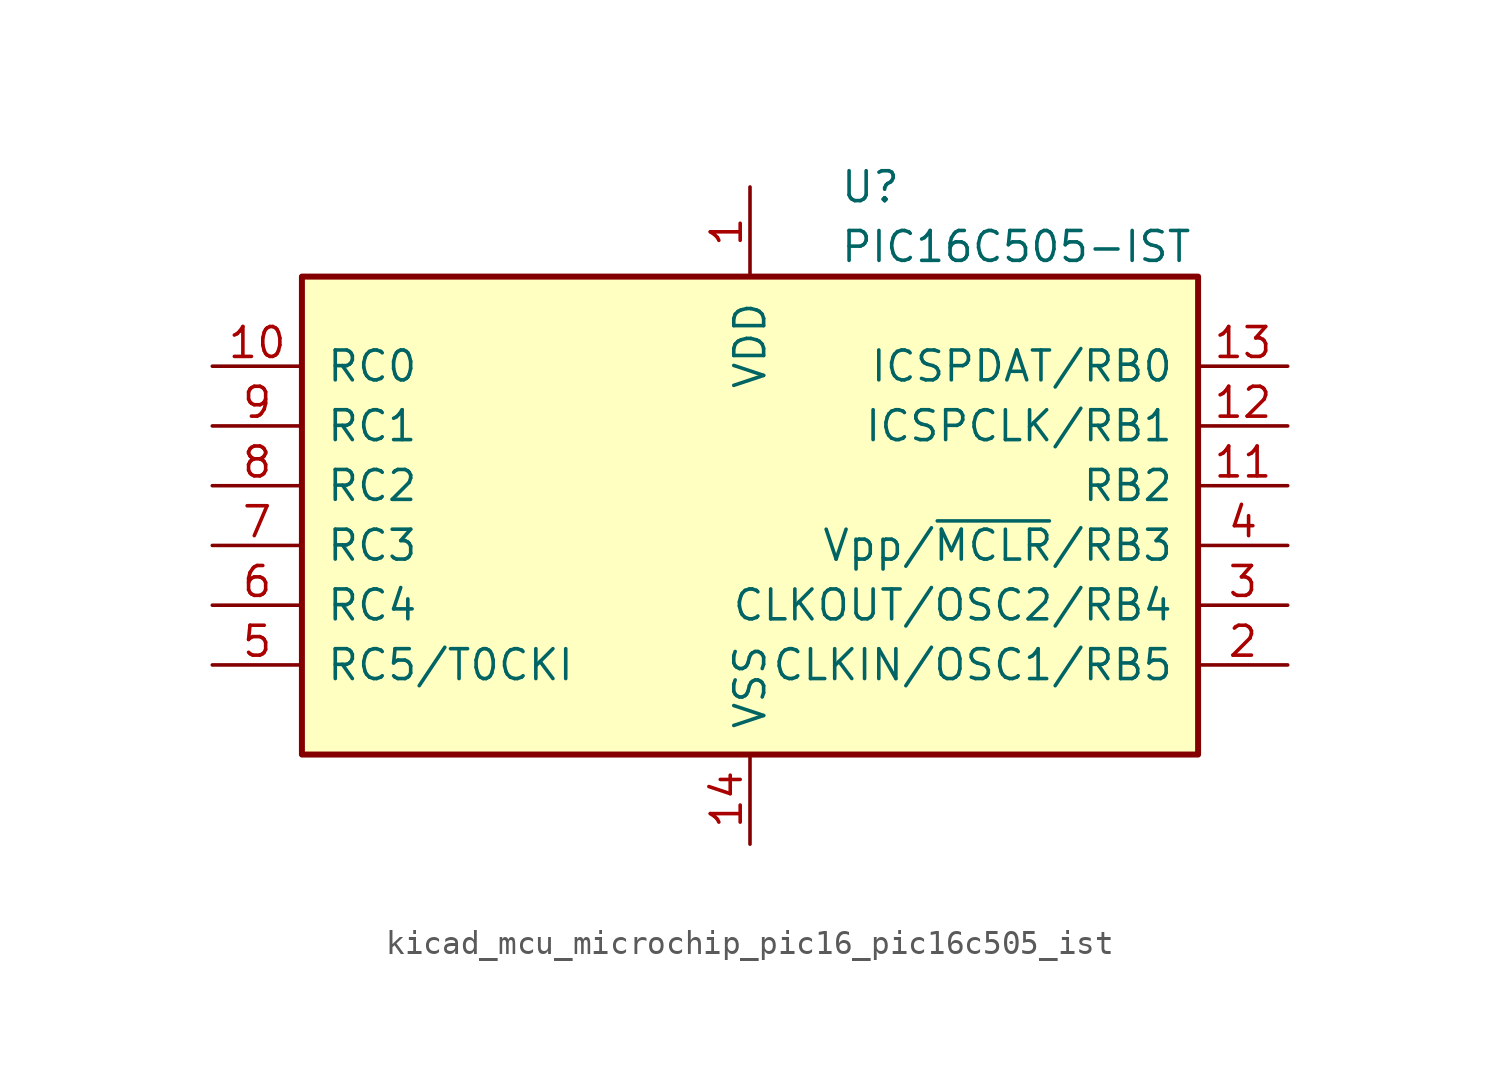
<source format=kicad_sym>
(kicad_symbol_lib
  (version 20220914)
  (generator kicad_symbol_editor)
  (symbol "kicad_mcu_microchip_pic16_pic16c505_ist"
    (pin_names
      (offset 1.016))
    (property "Reference" "U"
      (at 3.81 12.7 0)
      (effects (font (size 1.27 1.27)) (justify left)))
    (property "Value" "PIC16C505-IST"
      (at 3.81 10.16 0)
      (effects (font (size 1.27 1.27)) (justify left)))
    (symbol "kicad_mcu_microchip_pic16_pic16c505_ist_0_1"
      (rectangle (start -19.05 8.89) (end 19.05 -11.43) (stroke (width 0.254) (type default)) (fill (type background))))
    (symbol "kicad_mcu_microchip_pic16_pic16c505_ist_1_1"
      (pin power_in line (at 0 12.7 270) (length 3.81) (name "VDD" (effects (font (size 1.27 1.27)))) (number "1" (effects (font (size 1.27 1.27)))))
      (pin bidirectional line (at -22.86 5.08 0) (length 3.81) (name "RC0" (effects (font (size 1.27 1.27)))) (number "10" (effects (font (size 1.27 1.27)))))
      (pin bidirectional line (at 22.86 0 180) (length 3.81) (name "RB2" (effects (font (size 1.27 1.27)))) (number "11" (effects (font (size 1.27 1.27)))))
      (pin bidirectional line (at 22.86 2.54 180) (length 3.81) (name "ICSPCLK/RB1" (effects (font (size 1.27 1.27)))) (number "12" (effects (font (size 1.27 1.27)))))
      (pin bidirectional line (at 22.86 5.08 180) (length 3.81) (name "ICSPDAT/RB0" (effects (font (size 1.27 1.27)))) (number "13" (effects (font (size 1.27 1.27)))))
      (pin power_in line (at 0 -15.24 90) (length 3.81) (name "VSS" (effects (font (size 1.27 1.27)))) (number "14" (effects (font (size 1.27 1.27)))))
      (pin bidirectional line (at 22.86 -7.62 180) (length 3.81) (name "CLKIN/OSC1/RB5" (effects (font (size 1.27 1.27)))) (number "2" (effects (font (size 1.27 1.27)))))
      (pin bidirectional line (at 22.86 -5.08 180) (length 3.81) (name "CLKOUT/OSC2/RB4" (effects (font (size 1.27 1.27)))) (number "3" (effects (font (size 1.27 1.27)))))
      (pin input line (at 22.86 -2.54 180) (length 3.81) (name "Vpp/~{MCLR}/RB3" (effects (font (size 1.27 1.27)))) (number "4" (effects (font (size 1.27 1.27)))))
      (pin bidirectional line (at -22.86 -7.62 0) (length 3.81) (name "RC5/T0CKI" (effects (font (size 1.27 1.27)))) (number "5" (effects (font (size 1.27 1.27)))))
      (pin bidirectional line (at -22.86 -5.08 0) (length 3.81) (name "RC4" (effects (font (size 1.27 1.27)))) (number "6" (effects (font (size 1.27 1.27)))))
      (pin bidirectional line (at -22.86 -2.54 0) (length 3.81) (name "RC3" (effects (font (size 1.27 1.27)))) (number "7" (effects (font (size 1.27 1.27)))))
      (pin bidirectional line (at -22.86 0 0) (length 3.81) (name "RC2" (effects (font (size 1.27 1.27)))) (number "8" (effects (font (size 1.27 1.27)))))
      (pin bidirectional line (at -22.86 2.54 0) (length 3.81) (name "RC1" (effects (font (size 1.27 1.27)))) (number "9" (effects (font (size 1.27 1.27))))))))
</source>
